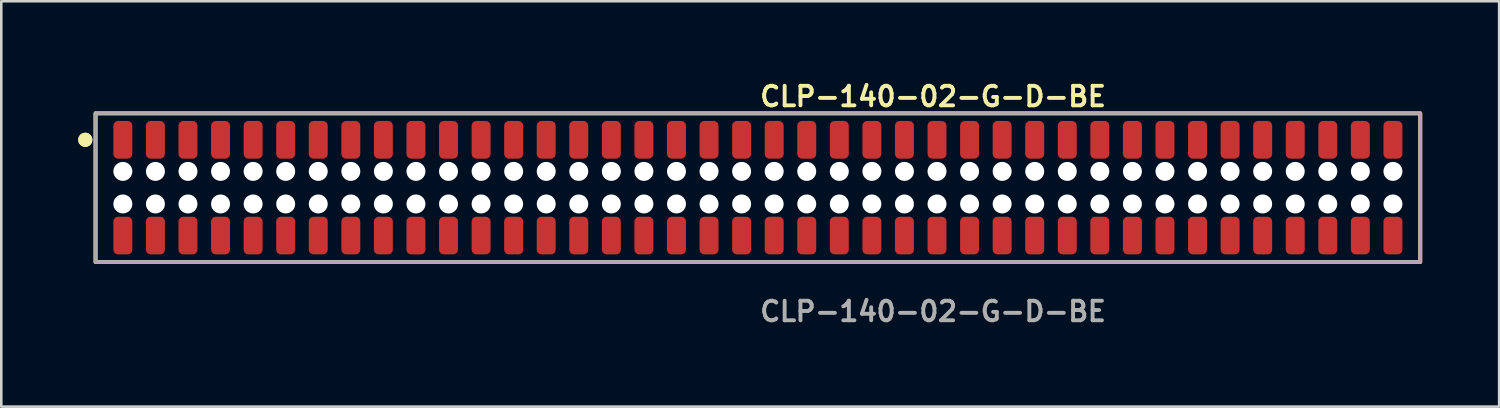
<source format=kicad_pcb>
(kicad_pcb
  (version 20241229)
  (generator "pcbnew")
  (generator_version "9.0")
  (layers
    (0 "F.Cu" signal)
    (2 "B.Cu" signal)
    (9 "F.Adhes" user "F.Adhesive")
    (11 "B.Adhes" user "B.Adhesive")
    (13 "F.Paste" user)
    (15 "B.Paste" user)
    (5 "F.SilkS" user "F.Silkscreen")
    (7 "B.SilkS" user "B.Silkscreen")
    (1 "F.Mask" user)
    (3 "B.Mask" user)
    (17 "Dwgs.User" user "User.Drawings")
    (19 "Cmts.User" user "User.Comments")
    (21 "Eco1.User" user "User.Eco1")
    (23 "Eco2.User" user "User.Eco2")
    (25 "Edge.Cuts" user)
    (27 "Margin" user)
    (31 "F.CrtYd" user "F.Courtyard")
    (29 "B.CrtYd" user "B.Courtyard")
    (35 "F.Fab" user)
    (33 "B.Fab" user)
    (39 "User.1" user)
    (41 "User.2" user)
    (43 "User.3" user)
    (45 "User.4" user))
  (footprint "CLP-140-02-G-D-BE"
    (layer "F.Cu")
    (at 26.506 4.269)
    (property "Reference" "CLP-140-02-G-D-BE" (at 0 -3.556 0) (unlocked yes) (layer "F.SilkS") (effects (font (size 0.762 0.762) (thickness 0.152)) (justify left)))
    (fp_rect (start -25.83 2.9) (end 25.83 -2.9) (stroke (width 0.152) (type solid)) (fill no) (layer "F.SilkS"))
    (fp_circle (center -26.23 -1.867) (end -26.43 -1.867) (stroke (width 0.152) (type solid)) (fill yes) (layer "F.SilkS"))
    (fp_circle (center -26.23 -1.867) (end -26.43 -1.867) (stroke (width 0.152) (type solid)) (fill yes) (layer "F.SilkS"))
    (fp_rect (start -25.83 2.9) (end 25.83 -2.9) (stroke (width 0.006) (type solid)) (fill no) (layer "F.CrtYd"))
    (fp_rect (start -25.83 2.9) (end 25.83 -2.9) (stroke (width 0.152) (type solid)) (fill no) (layer "F.Fab"))
    (fp_text user "${REFERENCE}" (at 0 4.826 0) (unlocked yes) (layer "F.Fab") (effects (font (size 0.762 0.762) (thickness 0.152)) (justify left)))
    (pad "" np_thru_hole circle (at -24.765 -0.635) (size 0.74 0.74) (drill 0.74) (layers "*.Cu" "*.Mask"))
    (pad "" np_thru_hole circle (at -24.765 0.635) (size 0.74 0.74) (drill 0.74) (layers "*.Cu" "*.Mask"))
    (pad "" np_thru_hole circle (at -23.495 -0.635) (size 0.74 0.74) (drill 0.74) (layers "*.Cu" "*.Mask"))
    (pad "" np_thru_hole circle (at -23.495 0.635) (size 0.74 0.74) (drill 0.74) (layers "*.Cu" "*.Mask"))
    (pad "" np_thru_hole circle (at -22.225 -0.635) (size 0.74 0.74) (drill 0.74) (layers "*.Cu" "*.Mask"))
    (pad "" np_thru_hole circle (at -22.225 0.635) (size 0.74 0.74) (drill 0.74) (layers "*.Cu" "*.Mask"))
    (pad "" np_thru_hole circle (at -20.955 -0.635) (size 0.74 0.74) (drill 0.74) (layers "*.Cu" "*.Mask"))
    (pad "" np_thru_hole circle (at -20.955 0.635) (size 0.74 0.74) (drill 0.74) (layers "*.Cu" "*.Mask"))
    (pad "" np_thru_hole circle (at -19.685 -0.635) (size 0.74 0.74) (drill 0.74) (layers "*.Cu" "*.Mask"))
    (pad "" np_thru_hole circle (at -19.685 0.635) (size 0.74 0.74) (drill 0.74) (layers "*.Cu" "*.Mask"))
    (pad "" np_thru_hole circle (at -18.415 -0.635) (size 0.74 0.74) (drill 0.74) (layers "*.Cu" "*.Mask"))
    (pad "" np_thru_hole circle (at -18.415 0.635) (size 0.74 0.74) (drill 0.74) (layers "*.Cu" "*.Mask"))
    (pad "" np_thru_hole circle (at -17.145 -0.635) (size 0.74 0.74) (drill 0.74) (layers "*.Cu" "*.Mask"))
    (pad "" np_thru_hole circle (at -17.145 0.635) (size 0.74 0.74) (drill 0.74) (layers "*.Cu" "*.Mask"))
    (pad "" np_thru_hole circle (at -15.875 -0.635) (size 0.74 0.74) (drill 0.74) (layers "*.Cu" "*.Mask"))
    (pad "" np_thru_hole circle (at -15.875 0.635) (size 0.74 0.74) (drill 0.74) (layers "*.Cu" "*.Mask"))
    (pad "" np_thru_hole circle (at -14.605 -0.635) (size 0.74 0.74) (drill 0.74) (layers "*.Cu" "*.Mask"))
    (pad "" np_thru_hole circle (at -14.605 0.635) (size 0.74 0.74) (drill 0.74) (layers "*.Cu" "*.Mask"))
    (pad "" np_thru_hole circle (at -13.335 -0.635) (size 0.74 0.74) (drill 0.74) (layers "*.Cu" "*.Mask"))
    (pad "" np_thru_hole circle (at -13.335 0.635) (size 0.74 0.74) (drill 0.74) (layers "*.Cu" "*.Mask"))
    (pad "" np_thru_hole circle (at -12.065 -0.635) (size 0.74 0.74) (drill 0.74) (layers "*.Cu" "*.Mask"))
    (pad "" np_thru_hole circle (at -12.065 0.635) (size 0.74 0.74) (drill 0.74) (layers "*.Cu" "*.Mask"))
    (pad "" np_thru_hole circle (at -10.795 -0.635) (size 0.74 0.74) (drill 0.74) (layers "*.Cu" "*.Mask"))
    (pad "" np_thru_hole circle (at -10.795 0.635) (size 0.74 0.74) (drill 0.74) (layers "*.Cu" "*.Mask"))
    (pad "" np_thru_hole circle (at -9.525 -0.635) (size 0.74 0.74) (drill 0.74) (layers "*.Cu" "*.Mask"))
    (pad "" np_thru_hole circle (at -9.525 0.635) (size 0.74 0.74) (drill 0.74) (layers "*.Cu" "*.Mask"))
    (pad "" np_thru_hole circle (at -8.255 -0.635) (size 0.74 0.74) (drill 0.74) (layers "*.Cu" "*.Mask"))
    (pad "" np_thru_hole circle (at -8.255 0.635) (size 0.74 0.74) (drill 0.74) (layers "*.Cu" "*.Mask"))
    (pad "" np_thru_hole circle (at -6.985 -0.635) (size 0.74 0.74) (drill 0.74) (layers "*.Cu" "*.Mask"))
    (pad "" np_thru_hole circle (at -6.985 0.635) (size 0.74 0.74) (drill 0.74) (layers "*.Cu" "*.Mask"))
    (pad "" np_thru_hole circle (at -5.715 -0.635) (size 0.74 0.74) (drill 0.74) (layers "*.Cu" "*.Mask"))
    (pad "" np_thru_hole circle (at -5.715 0.635) (size 0.74 0.74) (drill 0.74) (layers "*.Cu" "*.Mask"))
    (pad "" np_thru_hole circle (at -4.445 -0.635) (size 0.74 0.74) (drill 0.74) (layers "*.Cu" "*.Mask"))
    (pad "" np_thru_hole circle (at -4.445 0.635) (size 0.74 0.74) (drill 0.74) (layers "*.Cu" "*.Mask"))
    (pad "" np_thru_hole circle (at -3.175 -0.635) (size 0.74 0.74) (drill 0.74) (layers "*.Cu" "*.Mask"))
    (pad "" np_thru_hole circle (at -3.175 0.635) (size 0.74 0.74) (drill 0.74) (layers "*.Cu" "*.Mask"))
    (pad "" np_thru_hole circle (at -1.905 -0.635) (size 0.74 0.74) (drill 0.74) (layers "*.Cu" "*.Mask"))
    (pad "" np_thru_hole circle (at -1.905 0.635) (size 0.74 0.74) (drill 0.74) (layers "*.Cu" "*.Mask"))
    (pad "" np_thru_hole circle (at -0.635 -0.635) (size 0.74 0.74) (drill 0.74) (layers "*.Cu" "*.Mask"))
    (pad "" np_thru_hole circle (at -0.635 0.635) (size 0.74 0.74) (drill 0.74) (layers "*.Cu" "*.Mask"))
    (pad "" np_thru_hole circle (at 0.635 -0.635) (size 0.74 0.74) (drill 0.74) (layers "*.Cu" "*.Mask"))
    (pad "" np_thru_hole circle (at 0.635 0.635) (size 0.74 0.74) (drill 0.74) (layers "*.Cu" "*.Mask"))
    (pad "" np_thru_hole circle (at 1.905 -0.635) (size 0.74 0.74) (drill 0.74) (layers "*.Cu" "*.Mask"))
    (pad "" np_thru_hole circle (at 1.905 0.635) (size 0.74 0.74) (drill 0.74) (layers "*.Cu" "*.Mask"))
    (pad "" np_thru_hole circle (at 3.175 -0.635) (size 0.74 0.74) (drill 0.74) (layers "*.Cu" "*.Mask"))
    (pad "" np_thru_hole circle (at 3.175 0.635) (size 0.74 0.74) (drill 0.74) (layers "*.Cu" "*.Mask"))
    (pad "" np_thru_hole circle (at 4.445 -0.635) (size 0.74 0.74) (drill 0.74) (layers "*.Cu" "*.Mask"))
    (pad "" np_thru_hole circle (at 4.445 0.635) (size 0.74 0.74) (drill 0.74) (layers "*.Cu" "*.Mask"))
    (pad "" np_thru_hole circle (at 5.715 -0.635) (size 0.74 0.74) (drill 0.74) (layers "*.Cu" "*.Mask"))
    (pad "" np_thru_hole circle (at 5.715 0.635) (size 0.74 0.74) (drill 0.74) (layers "*.Cu" "*.Mask"))
    (pad "" np_thru_hole circle (at 6.985 -0.635) (size 0.74 0.74) (drill 0.74) (layers "*.Cu" "*.Mask"))
    (pad "" np_thru_hole circle (at 6.985 0.635) (size 0.74 0.74) (drill 0.74) (layers "*.Cu" "*.Mask"))
    (pad "" np_thru_hole circle (at 8.255 -0.635) (size 0.74 0.74) (drill 0.74) (layers "*.Cu" "*.Mask"))
    (pad "" np_thru_hole circle (at 8.255 0.635) (size 0.74 0.74) (drill 0.74) (layers "*.Cu" "*.Mask"))
    (pad "" np_thru_hole circle (at 9.525 -0.635) (size 0.74 0.74) (drill 0.74) (layers "*.Cu" "*.Mask"))
    (pad "" np_thru_hole circle (at 9.525 0.635) (size 0.74 0.74) (drill 0.74) (layers "*.Cu" "*.Mask"))
    (pad "" np_thru_hole circle (at 10.795 -0.635) (size 0.74 0.74) (drill 0.74) (layers "*.Cu" "*.Mask"))
    (pad "" np_thru_hole circle (at 10.795 0.635) (size 0.74 0.74) (drill 0.74) (layers "*.Cu" "*.Mask"))
    (pad "" np_thru_hole circle (at 12.065 -0.635) (size 0.74 0.74) (drill 0.74) (layers "*.Cu" "*.Mask"))
    (pad "" np_thru_hole circle (at 12.065 0.635) (size 0.74 0.74) (drill 0.74) (layers "*.Cu" "*.Mask"))
    (pad "" np_thru_hole circle (at 13.335 -0.635) (size 0.74 0.74) (drill 0.74) (layers "*.Cu" "*.Mask"))
    (pad "" np_thru_hole circle (at 13.335 0.635) (size 0.74 0.74) (drill 0.74) (layers "*.Cu" "*.Mask"))
    (pad "" np_thru_hole circle (at 14.605 -0.635) (size 0.74 0.74) (drill 0.74) (layers "*.Cu" "*.Mask"))
    (pad "" np_thru_hole circle (at 14.605 0.635) (size 0.74 0.74) (drill 0.74) (layers "*.Cu" "*.Mask"))
    (pad "" np_thru_hole circle (at 15.875 -0.635) (size 0.74 0.74) (drill 0.74) (layers "*.Cu" "*.Mask"))
    (pad "" np_thru_hole circle (at 15.875 0.635) (size 0.74 0.74) (drill 0.74) (layers "*.Cu" "*.Mask"))
    (pad "" np_thru_hole circle (at 17.145 -0.635) (size 0.74 0.74) (drill 0.74) (layers "*.Cu" "*.Mask"))
    (pad "" np_thru_hole circle (at 17.145 0.635) (size 0.74 0.74) (drill 0.74) (layers "*.Cu" "*.Mask"))
    (pad "" np_thru_hole circle (at 18.415 -0.635) (size 0.74 0.74) (drill 0.74) (layers "*.Cu" "*.Mask"))
    (pad "" np_thru_hole circle (at 18.415 0.635) (size 0.74 0.74) (drill 0.74) (layers "*.Cu" "*.Mask"))
    (pad "" np_thru_hole circle (at 19.685 -0.635) (size 0.74 0.74) (drill 0.74) (layers "*.Cu" "*.Mask"))
    (pad "" np_thru_hole circle (at 19.685 0.635) (size 0.74 0.74) (drill 0.74) (layers "*.Cu" "*.Mask"))
    (pad "" np_thru_hole circle (at 20.955 -0.635) (size 0.74 0.74) (drill 0.74) (layers "*.Cu" "*.Mask"))
    (pad "" np_thru_hole circle (at 20.955 0.635) (size 0.74 0.74) (drill 0.74) (layers "*.Cu" "*.Mask"))
    (pad "" np_thru_hole circle (at 22.225 -0.635) (size 0.74 0.74) (drill 0.74) (layers "*.Cu" "*.Mask"))
    (pad "" np_thru_hole circle (at 22.225 0.635) (size 0.74 0.74) (drill 0.74) (layers "*.Cu" "*.Mask"))
    (pad "" np_thru_hole circle (at 23.495 -0.635) (size 0.74 0.74) (drill 0.74) (layers "*.Cu" "*.Mask"))
    (pad "" np_thru_hole circle (at 23.495 0.635) (size 0.74 0.74) (drill 0.74) (layers "*.Cu" "*.Mask"))
    (pad "" np_thru_hole circle (at 24.765 -0.635) (size 0.74 0.74) (drill 0.74) (layers "*.Cu" "*.Mask"))
    (pad "" np_thru_hole circle (at 24.765 0.635) (size 0.74 0.74) (drill 0.74) (layers "*.Cu" "*.Mask"))
    (pad "1" smd roundrect (at -24.765 -1.867) (size 0.74 1.47) (layers "F.Cu" "F.Paste") (roundrect_rratio 0.25))
    (pad "2" smd roundrect (at -24.765 1.867) (size 0.74 1.47) (layers "F.Cu" "F.Paste") (roundrect_rratio 0.25))
    (pad "3" smd roundrect (at -23.495 -1.867) (size 0.74 1.47) (layers "F.Cu" "F.Paste") (roundrect_rratio 0.25))
    (pad "4" smd roundrect (at -23.495 1.867) (size 0.74 1.47) (layers "F.Cu" "F.Paste") (roundrect_rratio 0.25))
    (pad "5" smd roundrect (at -22.225 -1.867) (size 0.74 1.47) (layers "F.Cu" "F.Paste") (roundrect_rratio 0.25))
    (pad "6" smd roundrect (at -22.225 1.867) (size 0.74 1.47) (layers "F.Cu" "F.Paste") (roundrect_rratio 0.25))
    (pad "7" smd roundrect (at -20.955 -1.867) (size 0.74 1.47) (layers "F.Cu" "F.Paste") (roundrect_rratio 0.25))
    (pad "8" smd roundrect (at -20.955 1.867) (size 0.74 1.47) (layers "F.Cu" "F.Paste") (roundrect_rratio 0.25))
    (pad "9" smd roundrect (at -19.685 -1.867) (size 0.74 1.47) (layers "F.Cu" "F.Paste") (roundrect_rratio 0.25))
    (pad "10" smd roundrect (at -19.685 1.867) (size 0.74 1.47) (layers "F.Cu" "F.Paste") (roundrect_rratio 0.25))
    (pad "11" smd roundrect (at -18.415 -1.867) (size 0.74 1.47) (layers "F.Cu" "F.Paste") (roundrect_rratio 0.25))
    (pad "12" smd roundrect (at -18.415 1.867) (size 0.74 1.47) (layers "F.Cu" "F.Paste") (roundrect_rratio 0.25))
    (pad "13" smd roundrect (at -17.145 -1.867) (size 0.74 1.47) (layers "F.Cu" "F.Paste") (roundrect_rratio 0.25))
    (pad "14" smd roundrect (at -17.145 1.867) (size 0.74 1.47) (layers "F.Cu" "F.Paste") (roundrect_rratio 0.25))
    (pad "15" smd roundrect (at -15.875 -1.867) (size 0.74 1.47) (layers "F.Cu" "F.Paste") (roundrect_rratio 0.25))
    (pad "16" smd roundrect (at -15.875 1.867) (size 0.74 1.47) (layers "F.Cu" "F.Paste") (roundrect_rratio 0.25))
    (pad "17" smd roundrect (at -14.605 -1.867) (size 0.74 1.47) (layers "F.Cu" "F.Paste") (roundrect_rratio 0.25))
    (pad "18" smd roundrect (at -14.605 1.867) (size 0.74 1.47) (layers "F.Cu" "F.Paste") (roundrect_rratio 0.25))
    (pad "19" smd roundrect (at -13.335 -1.867) (size 0.74 1.47) (layers "F.Cu" "F.Paste") (roundrect_rratio 0.25))
    (pad "20" smd roundrect (at -13.335 1.867) (size 0.74 1.47) (layers "F.Cu" "F.Paste") (roundrect_rratio 0.25))
    (pad "21" smd roundrect (at -12.065 -1.867) (size 0.74 1.47) (layers "F.Cu" "F.Paste") (roundrect_rratio 0.25))
    (pad "22" smd roundrect (at -12.065 1.867) (size 0.74 1.47) (layers "F.Cu" "F.Paste") (roundrect_rratio 0.25))
    (pad "23" smd roundrect (at -10.795 -1.867) (size 0.74 1.47) (layers "F.Cu" "F.Paste") (roundrect_rratio 0.25))
    (pad "24" smd roundrect (at -10.795 1.867) (size 0.74 1.47) (layers "F.Cu" "F.Paste") (roundrect_rratio 0.25))
    (pad "25" smd roundrect (at -9.525 -1.867) (size 0.74 1.47) (layers "F.Cu" "F.Paste") (roundrect_rratio 0.25))
    (pad "26" smd roundrect (at -9.525 1.867) (size 0.74 1.47) (layers "F.Cu" "F.Paste") (roundrect_rratio 0.25))
    (pad "27" smd roundrect (at -8.255 -1.867) (size 0.74 1.47) (layers "F.Cu" "F.Paste") (roundrect_rratio 0.25))
    (pad "28" smd roundrect (at -8.255 1.867) (size 0.74 1.47) (layers "F.Cu" "F.Paste") (roundrect_rratio 0.25))
    (pad "29" smd roundrect (at -6.985 -1.867) (size 0.74 1.47) (layers "F.Cu" "F.Paste") (roundrect_rratio 0.25))
    (pad "30" smd roundrect (at -6.985 1.867) (size 0.74 1.47) (layers "F.Cu" "F.Paste") (roundrect_rratio 0.25))
    (pad "31" smd roundrect (at -5.715 -1.867) (size 0.74 1.47) (layers "F.Cu" "F.Paste") (roundrect_rratio 0.25))
    (pad "32" smd roundrect (at -5.715 1.867) (size 0.74 1.47) (layers "F.Cu" "F.Paste") (roundrect_rratio 0.25))
    (pad "33" smd roundrect (at -4.445 -1.867) (size 0.74 1.47) (layers "F.Cu" "F.Paste") (roundrect_rratio 0.25))
    (pad "34" smd roundrect (at -4.445 1.867) (size 0.74 1.47) (layers "F.Cu" "F.Paste") (roundrect_rratio 0.25))
    (pad "35" smd roundrect (at -3.175 -1.867) (size 0.74 1.47) (layers "F.Cu" "F.Paste") (roundrect_rratio 0.25))
    (pad "36" smd roundrect (at -3.175 1.867) (size 0.74 1.47) (layers "F.Cu" "F.Paste") (roundrect_rratio 0.25))
    (pad "37" smd roundrect (at -1.905 -1.867) (size 0.74 1.47) (layers "F.Cu" "F.Paste") (roundrect_rratio 0.25))
    (pad "38" smd roundrect (at -1.905 1.867) (size 0.74 1.47) (layers "F.Cu" "F.Paste") (roundrect_rratio 0.25))
    (pad "39" smd roundrect (at -0.635 -1.867) (size 0.74 1.47) (layers "F.Cu" "F.Paste") (roundrect_rratio 0.25))
    (pad "40" smd roundrect (at -0.635 1.867) (size 0.74 1.47) (layers "F.Cu" "F.Paste") (roundrect_rratio 0.25))
    (pad "41" smd roundrect (at 0.635 -1.867) (size 0.74 1.47) (layers "F.Cu" "F.Paste") (roundrect_rratio 0.25))
    (pad "42" smd roundrect (at 0.635 1.867) (size 0.74 1.47) (layers "F.Cu" "F.Paste") (roundrect_rratio 0.25))
    (pad "43" smd roundrect (at 1.905 -1.867) (size 0.74 1.47) (layers "F.Cu" "F.Paste") (roundrect_rratio 0.25))
    (pad "44" smd roundrect (at 1.905 1.867) (size 0.74 1.47) (layers "F.Cu" "F.Paste") (roundrect_rratio 0.25))
    (pad "45" smd roundrect (at 3.175 -1.867) (size 0.74 1.47) (layers "F.Cu" "F.Paste") (roundrect_rratio 0.25))
    (pad "46" smd roundrect (at 3.175 1.867) (size 0.74 1.47) (layers "F.Cu" "F.Paste") (roundrect_rratio 0.25))
    (pad "47" smd roundrect (at 4.445 -1.867) (size 0.74 1.47) (layers "F.Cu" "F.Paste") (roundrect_rratio 0.25))
    (pad "48" smd roundrect (at 4.445 1.867) (size 0.74 1.47) (layers "F.Cu" "F.Paste") (roundrect_rratio 0.25))
    (pad "49" smd roundrect (at 5.715 -1.867) (size 0.74 1.47) (layers "F.Cu" "F.Paste") (roundrect_rratio 0.25))
    (pad "50" smd roundrect (at 5.715 1.867) (size 0.74 1.47) (layers "F.Cu" "F.Paste") (roundrect_rratio 0.25))
    (pad "51" smd roundrect (at 6.985 -1.867) (size 0.74 1.47) (layers "F.Cu" "F.Paste") (roundrect_rratio 0.25))
    (pad "52" smd roundrect (at 6.985 1.867) (size 0.74 1.47) (layers "F.Cu" "F.Paste") (roundrect_rratio 0.25))
    (pad "53" smd roundrect (at 8.255 -1.867) (size 0.74 1.47) (layers "F.Cu" "F.Paste") (roundrect_rratio 0.25))
    (pad "54" smd roundrect (at 8.255 1.867) (size 0.74 1.47) (layers "F.Cu" "F.Paste") (roundrect_rratio 0.25))
    (pad "55" smd roundrect (at 9.525 -1.867) (size 0.74 1.47) (layers "F.Cu" "F.Paste") (roundrect_rratio 0.25))
    (pad "56" smd roundrect (at 9.525 1.867) (size 0.74 1.47) (layers "F.Cu" "F.Paste") (roundrect_rratio 0.25))
    (pad "57" smd roundrect (at 10.795 -1.867) (size 0.74 1.47) (layers "F.Cu" "F.Paste") (roundrect_rratio 0.25))
    (pad "58" smd roundrect (at 10.795 1.867) (size 0.74 1.47) (layers "F.Cu" "F.Paste") (roundrect_rratio 0.25))
    (pad "59" smd roundrect (at 12.065 -1.867) (size 0.74 1.47) (layers "F.Cu" "F.Paste") (roundrect_rratio 0.25))
    (pad "60" smd roundrect (at 12.065 1.867) (size 0.74 1.47) (layers "F.Cu" "F.Paste") (roundrect_rratio 0.25))
    (pad "61" smd roundrect (at 13.335 -1.867) (size 0.74 1.47) (layers "F.Cu" "F.Paste") (roundrect_rratio 0.25))
    (pad "62" smd roundrect (at 13.335 1.867) (size 0.74 1.47) (layers "F.Cu" "F.Paste") (roundrect_rratio 0.25))
    (pad "63" smd roundrect (at 14.605 -1.867) (size 0.74 1.47) (layers "F.Cu" "F.Paste") (roundrect_rratio 0.25))
    (pad "64" smd roundrect (at 14.605 1.867) (size 0.74 1.47) (layers "F.Cu" "F.Paste") (roundrect_rratio 0.25))
    (pad "65" smd roundrect (at 15.875 -1.867) (size 0.74 1.47) (layers "F.Cu" "F.Paste") (roundrect_rratio 0.25))
    (pad "66" smd roundrect (at 15.875 1.867) (size 0.74 1.47) (layers "F.Cu" "F.Paste") (roundrect_rratio 0.25))
    (pad "67" smd roundrect (at 17.145 -1.867) (size 0.74 1.47) (layers "F.Cu" "F.Paste") (roundrect_rratio 0.25))
    (pad "68" smd roundrect (at 17.145 1.867) (size 0.74 1.47) (layers "F.Cu" "F.Paste") (roundrect_rratio 0.25))
    (pad "69" smd roundrect (at 18.415 -1.867) (size 0.74 1.47) (layers "F.Cu" "F.Paste") (roundrect_rratio 0.25))
    (pad "70" smd roundrect (at 18.415 1.867) (size 0.74 1.47) (layers "F.Cu" "F.Paste") (roundrect_rratio 0.25))
    (pad "71" smd roundrect (at 19.685 -1.867) (size 0.74 1.47) (layers "F.Cu" "F.Paste") (roundrect_rratio 0.25))
    (pad "72" smd roundrect (at 19.685 1.867) (size 0.74 1.47) (layers "F.Cu" "F.Paste") (roundrect_rratio 0.25))
    (pad "73" smd roundrect (at 20.955 -1.867) (size 0.74 1.47) (layers "F.Cu" "F.Paste") (roundrect_rratio 0.25))
    (pad "74" smd roundrect (at 20.955 1.867) (size 0.74 1.47) (layers "F.Cu" "F.Paste") (roundrect_rratio 0.25))
    (pad "75" smd roundrect (at 22.225 -1.867) (size 0.74 1.47) (layers "F.Cu" "F.Paste") (roundrect_rratio 0.25))
    (pad "76" smd roundrect (at 22.225 1.867) (size 0.74 1.47) (layers "F.Cu" "F.Paste") (roundrect_rratio 0.25))
    (pad "77" smd roundrect (at 23.495 -1.867) (size 0.74 1.47) (layers "F.Cu" "F.Paste") (roundrect_rratio 0.25))
    (pad "78" smd roundrect (at 23.495 1.867) (size 0.74 1.47) (layers "F.Cu" "F.Paste") (roundrect_rratio 0.25))
    (pad "79" smd roundrect (at 24.765 -1.867) (size 0.74 1.47) (layers "F.Cu" "F.Paste") (roundrect_rratio 0.25))
    (pad "80" smd roundrect (at 24.765 1.867) (size 0.74 1.47) (layers "F.Cu" "F.Paste") (roundrect_rratio 0.25)))
  (gr_rect
    (start -3 -3)
    (end 55.412 12.808)
    (stroke (width 0.1) (type default))
    (fill no)
    (layer "Edge.Cuts")))
</source>
